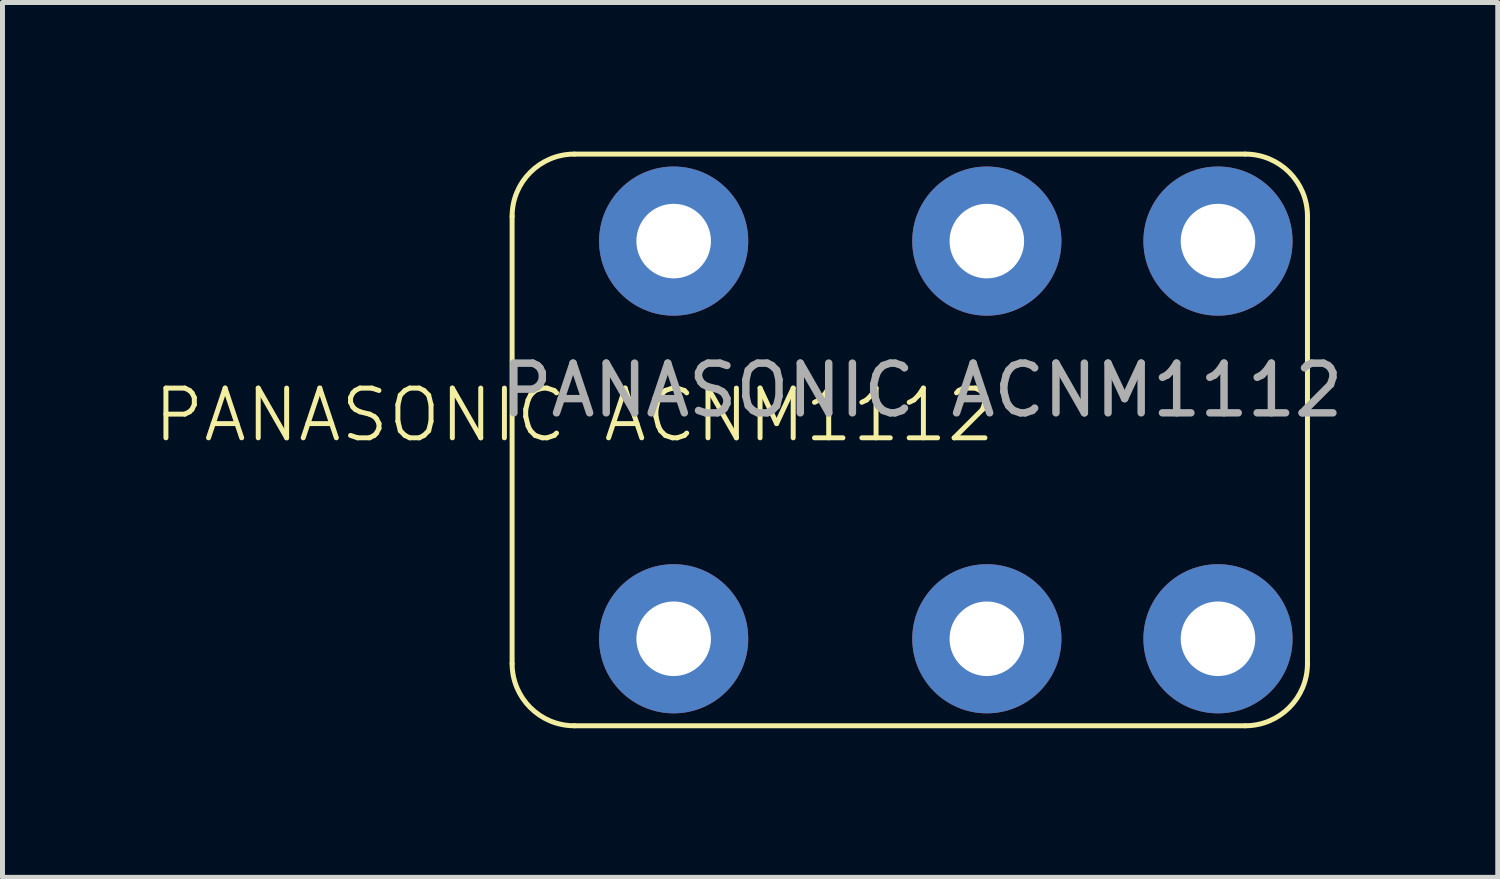
<source format=kicad_pcb>
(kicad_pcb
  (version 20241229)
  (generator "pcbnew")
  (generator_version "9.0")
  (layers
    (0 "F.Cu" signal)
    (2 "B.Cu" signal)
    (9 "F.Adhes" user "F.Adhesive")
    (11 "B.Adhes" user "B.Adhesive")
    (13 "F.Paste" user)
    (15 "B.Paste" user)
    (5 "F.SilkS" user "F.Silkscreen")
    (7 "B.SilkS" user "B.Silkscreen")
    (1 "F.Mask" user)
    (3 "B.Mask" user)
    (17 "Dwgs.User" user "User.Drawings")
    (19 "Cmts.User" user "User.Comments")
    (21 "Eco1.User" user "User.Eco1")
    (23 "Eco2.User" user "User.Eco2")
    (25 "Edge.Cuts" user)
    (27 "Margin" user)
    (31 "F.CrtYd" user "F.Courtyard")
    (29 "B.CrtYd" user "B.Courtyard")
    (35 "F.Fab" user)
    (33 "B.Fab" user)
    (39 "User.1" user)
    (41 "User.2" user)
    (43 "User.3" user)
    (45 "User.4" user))
  (footprint "PANASONIC ACNM1112"
    (layer "F.Cu")
    (at 15.302 5.8)
    (property "Reference" "PANASONIC ACNM1112" (at -6.8 -0.5 0) (unlocked yes) (layer "F.SilkS") (effects (font (size 1 1) (thickness 0.1))))
    (attr smd)
    (fp_line (start -8.05 4.5) (end -8.05 -4.5) (stroke (width 0.1) (type default)) (layer "F.SilkS"))
    (fp_line (start -6.8 -5.75) (end 6.7 -5.75) (stroke (width 0.1) (type default)) (layer "F.SilkS"))
    (fp_line (start 6.7 5.75) (end -6.8 5.75) (stroke (width 0.1) (type default)) (layer "F.SilkS"))
    (fp_line (start 7.95 -4.5) (end 7.95 4.5) (stroke (width 0.1) (type default)) (layer "F.SilkS"))
    (fp_arc (start -8.05 -4.5) (mid -7.683883 -5.383883) (end -6.8 -5.75) (stroke (width 0.1) (type default)) (layer "F.SilkS"))
    (fp_arc (start -6.8 5.75) (mid -7.683883 5.383883) (end -8.05 4.5) (stroke (width 0.1) (type default)) (layer "F.SilkS"))
    (fp_arc (start 6.7 -5.75) (mid 7.583883 -5.383883) (end 7.95 -4.5) (stroke (width 0.1) (type default)) (layer "F.SilkS"))
    (fp_arc (start 7.95 4.5) (mid 7.583883 5.383883) (end 6.7 5.75) (stroke (width 0.1) (type default)) (layer "F.SilkS"))
    (fp_text user "${REFERENCE}" (at 0.2 -1 0) (unlocked yes) (layer "F.Fab") (effects (font (size 1 1) (thickness 0.15))))
    (pad "1" thru_hole circle (at -4.8 -4) (size 3 3) (drill 1.5) (layers "*.Cu" "*.Mask"))
    (pad "1" thru_hole circle (at -4.8 4) (size 3 3) (drill 1.5) (layers "*.Cu" "*.Mask"))
    (pad "2" thru_hole circle (at 1.5 4) (size 3 3) (drill 1.5) (layers "*.Cu" "*.Mask"))
    (pad "3" thru_hole circle (at 6.15 4) (size 3 3) (drill 1.5) (layers "*.Cu" "*.Mask"))
    (pad "4" thru_hole circle (at 6.15 -4) (size 3 3) (drill 1.5) (layers "*.Cu" "*.Mask"))
    (pad "5" thru_hole circle (at 1.5 -4) (size 3 3) (drill 1.5) (layers "*.Cu" "*.Mask"))
    (zone (net_name "") (layer "F.SilkS") (hatch edge 0.5) (connect_pads) (min_thickness 0.25) (filled_areas_thickness no) (keepout (tracks allowed) (vias allowed) (pads not_allowed) (copperpour allowed) (footprints not_allowed)) (placement (enabled no)) (fill) (polygon (pts (xy 7.552 0.3) (xy 23.052 0.3) (xy 23.052 11.3) (xy 7.552 11.3)))))
  (gr_rect
    (start -3 -3)
    (end 27.08 14.6)
    (stroke (width 0.1) (type default))
    (fill no)
    (layer "Edge.Cuts")))
</source>
